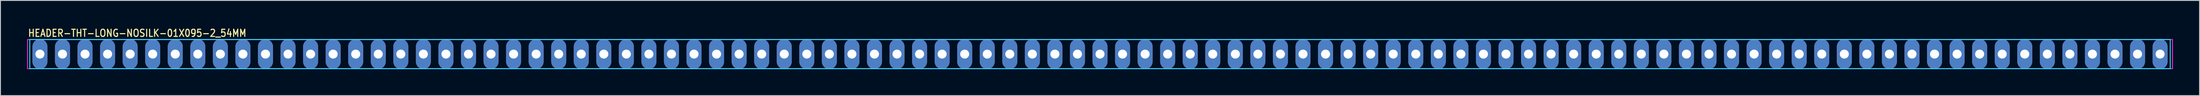
<source format=kicad_pcb>
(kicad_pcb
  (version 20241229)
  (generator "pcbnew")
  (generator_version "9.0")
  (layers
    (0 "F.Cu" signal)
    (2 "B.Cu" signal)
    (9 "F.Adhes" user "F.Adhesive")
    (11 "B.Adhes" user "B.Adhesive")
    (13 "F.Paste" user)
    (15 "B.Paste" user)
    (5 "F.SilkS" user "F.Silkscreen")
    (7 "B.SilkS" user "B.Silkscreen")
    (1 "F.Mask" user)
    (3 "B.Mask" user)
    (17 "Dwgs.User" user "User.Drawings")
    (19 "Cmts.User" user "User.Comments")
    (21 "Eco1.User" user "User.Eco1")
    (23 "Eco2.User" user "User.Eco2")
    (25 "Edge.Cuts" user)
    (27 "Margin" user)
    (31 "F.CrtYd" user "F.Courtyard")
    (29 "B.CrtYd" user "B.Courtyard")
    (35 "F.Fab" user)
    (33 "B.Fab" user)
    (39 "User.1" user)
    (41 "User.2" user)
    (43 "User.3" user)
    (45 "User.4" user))
  (footprint "HEADER-THT-LONG-NOSILK-01X095-2_54MM"
    (layer "F.Cu")
    (at 1.447 3.079)
    (property "Reference" "HEADER-THT-LONG-NOSILK-01X095-2_54MM" (at -1.4 -1.9 0) (unlocked yes) (layer "F.SilkS") (effects (font (size 0.813 0.695) (thickness 0.122)) (justify left bottom)))
    (fp_poly (pts (xy -1.143 -1.651) (xy 239.903 -1.651) (xy 239.903 1.651) (xy -1.143 1.651)) (stroke (width 0.1) (type solid)) (fill no) (layer "B.CrtYd"))
    (fp_poly (pts (xy -1.397 -1.651) (xy 240.157 -1.651) (xy 240.157 1.651) (xy -1.397 1.651)) (stroke (width 0.1) (type solid)) (fill no) (layer "F.CrtYd"))
    (pad "1" thru_hole oval (at 0 0 90) (size 3.387 1.693) (drill 1.016) (layers "*.Cu" "*.Mask"))
    (pad "2" thru_hole oval (at 2.54 0 90) (size 3.387 1.693) (drill 1.016) (layers "*.Cu" "*.Mask"))
    (pad "3" thru_hole oval (at 5.08 0 90) (size 3.387 1.693) (drill 1.016) (layers "*.Cu" "*.Mask"))
    (pad "4" thru_hole oval (at 7.62 0 90) (size 3.387 1.693) (drill 1.016) (layers "*.Cu" "*.Mask"))
    (pad "5" thru_hole oval (at 10.16 0 90) (size 3.387 1.693) (drill 1.016) (layers "*.Cu" "*.Mask"))
    (pad "6" thru_hole oval (at 12.7 0 90) (size 3.387 1.693) (drill 1.016) (layers "*.Cu" "*.Mask"))
    (pad "7" thru_hole oval (at 15.24 0 90) (size 3.387 1.693) (drill 1.016) (layers "*.Cu" "*.Mask"))
    (pad "8" thru_hole oval (at 17.78 0 90) (size 3.387 1.693) (drill 1.016) (layers "*.Cu" "*.Mask"))
    (pad "9" thru_hole oval (at 20.32 0 90) (size 3.387 1.693) (drill 1.016) (layers "*.Cu" "*.Mask"))
    (pad "10" thru_hole oval (at 22.86 0 90) (size 3.387 1.693) (drill 1.016) (layers "*.Cu" "*.Mask"))
    (pad "11" thru_hole oval (at 25.4 0 90) (size 3.387 1.693) (drill 1.016) (layers "*.Cu" "*.Mask"))
    (pad "12" thru_hole oval (at 27.94 0 90) (size 3.387 1.693) (drill 1.016) (layers "*.Cu" "*.Mask"))
    (pad "13" thru_hole oval (at 30.48 0 90) (size 3.387 1.693) (drill 1.016) (layers "*.Cu" "*.Mask"))
    (pad "14" thru_hole oval (at 33.02 0 90) (size 3.387 1.693) (drill 1.016) (layers "*.Cu" "*.Mask"))
    (pad "15" thru_hole oval (at 35.56 0 90) (size 3.387 1.693) (drill 1.016) (layers "*.Cu" "*.Mask"))
    (pad "16" thru_hole oval (at 38.1 0 90) (size 3.387 1.693) (drill 1.016) (layers "*.Cu" "*.Mask"))
    (pad "17" thru_hole oval (at 40.64 0 90) (size 3.387 1.693) (drill 1.016) (layers "*.Cu" "*.Mask"))
    (pad "18" thru_hole oval (at 43.18 0 90) (size 3.387 1.693) (drill 1.016) (layers "*.Cu" "*.Mask"))
    (pad "19" thru_hole oval (at 45.72 0 90) (size 3.387 1.693) (drill 1.016) (layers "*.Cu" "*.Mask"))
    (pad "20" thru_hole oval (at 48.26 0 90) (size 3.387 1.693) (drill 1.016) (layers "*.Cu" "*.Mask"))
    (pad "21" thru_hole oval (at 50.8 0 90) (size 3.387 1.693) (drill 1.016) (layers "*.Cu" "*.Mask"))
    (pad "22" thru_hole oval (at 53.34 0 90) (size 3.387 1.693) (drill 1.016) (layers "*.Cu" "*.Mask"))
    (pad "23" thru_hole oval (at 55.88 0 90) (size 3.387 1.693) (drill 1.016) (layers "*.Cu" "*.Mask"))
    (pad "24" thru_hole oval (at 58.42 0 90) (size 3.387 1.693) (drill 1.016) (layers "*.Cu" "*.Mask"))
    (pad "25" thru_hole oval (at 60.96 0 90) (size 3.387 1.693) (drill 1.016) (layers "*.Cu" "*.Mask"))
    (pad "26" thru_hole oval (at 63.5 0 90) (size 3.387 1.693) (drill 1.016) (layers "*.Cu" "*.Mask"))
    (pad "27" thru_hole oval (at 66.04 0 90) (size 3.387 1.693) (drill 1.016) (layers "*.Cu" "*.Mask"))
    (pad "28" thru_hole oval (at 68.58 0 90) (size 3.387 1.693) (drill 1.016) (layers "*.Cu" "*.Mask"))
    (pad "29" thru_hole oval (at 71.12 0 90) (size 3.387 1.693) (drill 1.016) (layers "*.Cu" "*.Mask"))
    (pad "30" thru_hole oval (at 73.66 0 90) (size 3.387 1.693) (drill 1.016) (layers "*.Cu" "*.Mask"))
    (pad "31" thru_hole oval (at 76.2 0 90) (size 3.387 1.693) (drill 1.016) (layers "*.Cu" "*.Mask"))
    (pad "32" thru_hole oval (at 78.74 0 90) (size 3.387 1.693) (drill 1.016) (layers "*.Cu" "*.Mask"))
    (pad "33" thru_hole oval (at 81.28 0 90) (size 3.387 1.693) (drill 1.016) (layers "*.Cu" "*.Mask"))
    (pad "34" thru_hole oval (at 83.82 0 90) (size 3.387 1.693) (drill 1.016) (layers "*.Cu" "*.Mask"))
    (pad "35" thru_hole oval (at 86.36 0 90) (size 3.387 1.693) (drill 1.016) (layers "*.Cu" "*.Mask"))
    (pad "36" thru_hole oval (at 88.9 0 90) (size 3.387 1.693) (drill 1.016) (layers "*.Cu" "*.Mask"))
    (pad "37" thru_hole oval (at 91.44 0 90) (size 3.387 1.693) (drill 1.016) (layers "*.Cu" "*.Mask"))
    (pad "38" thru_hole oval (at 93.98 0 90) (size 3.387 1.693) (drill 1.016) (layers "*.Cu" "*.Mask"))
    (pad "39" thru_hole oval (at 96.52 0 90) (size 3.387 1.693) (drill 1.016) (layers "*.Cu" "*.Mask"))
    (pad "40" thru_hole oval (at 99.06 0 90) (size 3.387 1.693) (drill 1.016) (layers "*.Cu" "*.Mask"))
    (pad "41" thru_hole oval (at 101.6 0 90) (size 3.387 1.693) (drill 1.016) (layers "*.Cu" "*.Mask"))
    (pad "42" thru_hole oval (at 104.14 0 90) (size 3.387 1.693) (drill 1.016) (layers "*.Cu" "*.Mask"))
    (pad "43" thru_hole oval (at 106.68 0 90) (size 3.387 1.693) (drill 1.016) (layers "*.Cu" "*.Mask"))
    (pad "44" thru_hole oval (at 109.22 0 90) (size 3.387 1.693) (drill 1.016) (layers "*.Cu" "*.Mask"))
    (pad "45" thru_hole oval (at 111.76 0 90) (size 3.387 1.693) (drill 1.016) (layers "*.Cu" "*.Mask"))
    (pad "46" thru_hole oval (at 114.3 0 90) (size 3.387 1.693) (drill 1.016) (layers "*.Cu" "*.Mask"))
    (pad "47" thru_hole oval (at 116.84 0 90) (size 3.387 1.693) (drill 1.016) (layers "*.Cu" "*.Mask"))
    (pad "48" thru_hole oval (at 119.38 0 90) (size 3.387 1.693) (drill 1.016) (layers "*.Cu" "*.Mask"))
    (pad "49" thru_hole oval (at 121.92 0 90) (size 3.387 1.693) (drill 1.016) (layers "*.Cu" "*.Mask"))
    (pad "50" thru_hole oval (at 124.46 0 90) (size 3.387 1.693) (drill 1.016) (layers "*.Cu" "*.Mask"))
    (pad "51" thru_hole oval (at 127 0 90) (size 3.387 1.693) (drill 1.016) (layers "*.Cu" "*.Mask"))
    (pad "52" thru_hole oval (at 129.54 0 90) (size 3.387 1.693) (drill 1.016) (layers "*.Cu" "*.Mask"))
    (pad "53" thru_hole oval (at 132.08 0 90) (size 3.387 1.693) (drill 1.016) (layers "*.Cu" "*.Mask"))
    (pad "54" thru_hole oval (at 134.62 0 90) (size 3.387 1.693) (drill 1.016) (layers "*.Cu" "*.Mask"))
    (pad "55" thru_hole oval (at 137.16 0 90) (size 3.387 1.693) (drill 1.016) (layers "*.Cu" "*.Mask"))
    (pad "56" thru_hole oval (at 139.7 0 90) (size 3.387 1.693) (drill 1.016) (layers "*.Cu" "*.Mask"))
    (pad "57" thru_hole oval (at 142.24 0 90) (size 3.387 1.693) (drill 1.016) (layers "*.Cu" "*.Mask"))
    (pad "58" thru_hole oval (at 144.78 0 90) (size 3.387 1.693) (drill 1.016) (layers "*.Cu" "*.Mask"))
    (pad "59" thru_hole oval (at 147.32 0 90) (size 3.387 1.693) (drill 1.016) (layers "*.Cu" "*.Mask"))
    (pad "60" thru_hole oval (at 149.86 0 90) (size 3.387 1.693) (drill 1.016) (layers "*.Cu" "*.Mask"))
    (pad "61" thru_hole oval (at 152.4 0 90) (size 3.387 1.693) (drill 1.016) (layers "*.Cu" "*.Mask"))
    (pad "62" thru_hole oval (at 154.94 0 90) (size 3.387 1.693) (drill 1.016) (layers "*.Cu" "*.Mask"))
    (pad "63" thru_hole oval (at 157.48 0 90) (size 3.387 1.693) (drill 1.016) (layers "*.Cu" "*.Mask"))
    (pad "64" thru_hole oval (at 160.02 0 90) (size 3.387 1.693) (drill 1.016) (layers "*.Cu" "*.Mask"))
    (pad "65" thru_hole oval (at 162.56 0 90) (size 3.387 1.693) (drill 1.016) (layers "*.Cu" "*.Mask"))
    (pad "66" thru_hole oval (at 165.1 0 90) (size 3.387 1.693) (drill 1.016) (layers "*.Cu" "*.Mask"))
    (pad "67" thru_hole oval (at 167.64 0 90) (size 3.387 1.693) (drill 1.016) (layers "*.Cu" "*.Mask"))
    (pad "68" thru_hole oval (at 170.18 0 90) (size 3.387 1.693) (drill 1.016) (layers "*.Cu" "*.Mask"))
    (pad "69" thru_hole oval (at 172.72 0 90) (size 3.387 1.693) (drill 1.016) (layers "*.Cu" "*.Mask"))
    (pad "70" thru_hole oval (at 175.26 0 90) (size 3.387 1.693) (drill 1.016) (layers "*.Cu" "*.Mask"))
    (pad "71" thru_hole oval (at 177.8 0 90) (size 3.387 1.693) (drill 1.016) (layers "*.Cu" "*.Mask"))
    (pad "72" thru_hole oval (at 180.34 0 90) (size 3.387 1.693) (drill 1.016) (layers "*.Cu" "*.Mask"))
    (pad "73" thru_hole oval (at 182.88 0 90) (size 3.387 1.693) (drill 1.016) (layers "*.Cu" "*.Mask"))
    (pad "74" thru_hole oval (at 185.42 0 90) (size 3.387 1.693) (drill 1.016) (layers "*.Cu" "*.Mask"))
    (pad "75" thru_hole oval (at 187.96 0 90) (size 3.387 1.693) (drill 1.016) (layers "*.Cu" "*.Mask"))
    (pad "76" thru_hole oval (at 190.5 0 90) (size 3.387 1.693) (drill 1.016) (layers "*.Cu" "*.Mask"))
    (pad "77" thru_hole oval (at 193.04 0 90) (size 3.387 1.693) (drill 1.016) (layers "*.Cu" "*.Mask"))
    (pad "78" thru_hole oval (at 195.58 0 90) (size 3.387 1.693) (drill 1.016) (layers "*.Cu" "*.Mask"))
    (pad "79" thru_hole oval (at 198.12 0 90) (size 3.387 1.693) (drill 1.016) (layers "*.Cu" "*.Mask"))
    (pad "80" thru_hole oval (at 200.66 0 90) (size 3.387 1.693) (drill 1.016) (layers "*.Cu" "*.Mask"))
    (pad "81" thru_hole oval (at 203.2 0 90) (size 3.387 1.693) (drill 1.016) (layers "*.Cu" "*.Mask"))
    (pad "82" thru_hole oval (at 205.74 0 90) (size 3.387 1.693) (drill 1.016) (layers "*.Cu" "*.Mask"))
    (pad "83" thru_hole oval (at 208.28 0 90) (size 3.387 1.693) (drill 1.016) (layers "*.Cu" "*.Mask"))
    (pad "84" thru_hole oval (at 210.82 0 90) (size 3.387 1.693) (drill 1.016) (layers "*.Cu" "*.Mask"))
    (pad "85" thru_hole oval (at 213.36 0 90) (size 3.387 1.693) (drill 1.016) (layers "*.Cu" "*.Mask"))
    (pad "86" thru_hole oval (at 215.9 0 90) (size 3.387 1.693) (drill 1.016) (layers "*.Cu" "*.Mask"))
    (pad "87" thru_hole oval (at 218.44 0 90) (size 3.387 1.693) (drill 1.016) (layers "*.Cu" "*.Mask"))
    (pad "88" thru_hole oval (at 220.98 0 90) (size 3.387 1.693) (drill 1.016) (layers "*.Cu" "*.Mask"))
    (pad "89" thru_hole oval (at 223.52 0 90) (size 3.387 1.693) (drill 1.016) (layers "*.Cu" "*.Mask"))
    (pad "90" thru_hole oval (at 226.06 0 90) (size 3.387 1.693) (drill 1.016) (layers "*.Cu" "*.Mask"))
    (pad "91" thru_hole oval (at 228.6 0 90) (size 3.387 1.693) (drill 1.016) (layers "*.Cu" "*.Mask"))
    (pad "92" thru_hole oval (at 231.14 0 90) (size 3.387 1.693) (drill 1.016) (layers "*.Cu" "*.Mask"))
    (pad "93" thru_hole oval (at 233.68 0 90) (size 3.387 1.693) (drill 1.016) (layers "*.Cu" "*.Mask"))
    (pad "94" thru_hole oval (at 236.22 0 90) (size 3.387 1.693) (drill 1.016) (layers "*.Cu" "*.Mask"))
    (pad "95" thru_hole oval (at 238.76 0 90) (size 3.387 1.693) (drill 1.016) (layers "*.Cu" "*.Mask")))
  (gr_rect
    (start -3 -3)
    (end 244.654 7.78)
    (stroke (width 0.1) (type default))
    (fill no)
    (layer "Edge.Cuts")))
</source>
